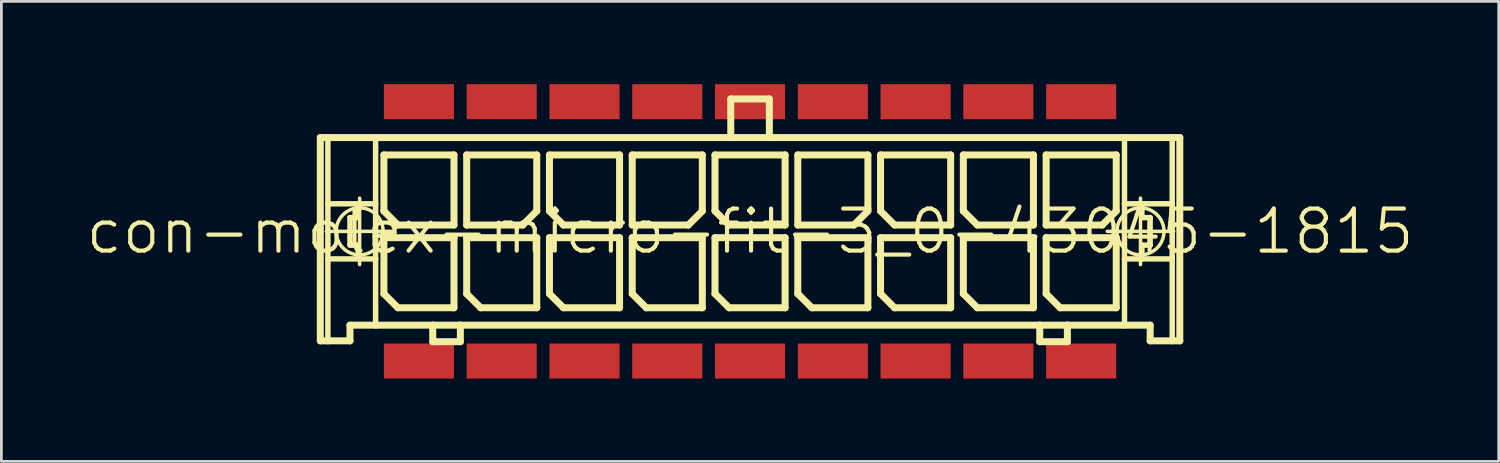
<source format=kicad_pcb>
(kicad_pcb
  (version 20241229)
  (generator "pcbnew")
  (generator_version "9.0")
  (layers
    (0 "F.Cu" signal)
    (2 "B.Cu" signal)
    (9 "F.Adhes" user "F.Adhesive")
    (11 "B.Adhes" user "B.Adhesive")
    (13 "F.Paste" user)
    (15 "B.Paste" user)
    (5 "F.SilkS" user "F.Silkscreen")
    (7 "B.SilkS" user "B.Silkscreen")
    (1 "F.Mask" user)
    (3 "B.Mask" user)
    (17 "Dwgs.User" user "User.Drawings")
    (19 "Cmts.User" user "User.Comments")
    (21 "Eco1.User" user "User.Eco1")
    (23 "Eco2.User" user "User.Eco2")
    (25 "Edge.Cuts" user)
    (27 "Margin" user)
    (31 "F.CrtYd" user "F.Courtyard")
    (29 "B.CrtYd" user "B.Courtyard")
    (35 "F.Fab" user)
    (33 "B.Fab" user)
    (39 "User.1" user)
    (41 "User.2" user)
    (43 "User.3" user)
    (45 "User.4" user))
  (footprint "con-molex-micro-fit-3_0-43045-1815"
    (layer "F.Cu")
    (at 24.13 5.334)
    (property "Reference" "con-molex-micro-fit-3_0-43045-1815" (at 0 0 0) (layer "F.SilkS") (effects (font (size 1.524 1.524) (thickness 0.15))))
    (attr smd)
    (fp_line (start -15.573 -3.399) (end -15.298 -3.399) (stroke (width 0.254) (type solid)) (layer "F.SilkS"))
    (fp_line (start -15.573 3.967) (end -15.573 -3.399) (stroke (width 0.254) (type solid)) (layer "F.SilkS"))
    (fp_line (start -15.354 0) (end -12.944 0) (stroke (width 0.127) (type solid)) (layer "F.SilkS"))
    (fp_line (start -15.298 -3.399) (end -13.569 -3.399) (stroke (width 0.254) (type solid)) (layer "F.SilkS"))
    (fp_line (start -15.298 -0.998) (end -15.298 -3.399) (stroke (width 0.198) (type solid)) (layer "F.SilkS"))
    (fp_line (start -15.298 0.998) (end -15.298 -0.998) (stroke (width 0.198) (type solid)) (layer "F.SilkS"))
    (fp_line (start -15.298 3.967) (end -15.573 3.967) (stroke (width 0.254) (type solid)) (layer "F.SilkS"))
    (fp_line (start -15.298 3.967) (end -15.298 0.998) (stroke (width 0.198) (type solid)) (layer "F.SilkS"))
    (fp_line (start -14.498 -0.498) (end -14.498 0.498) (stroke (width 0.198) (type solid)) (layer "F.SilkS"))
    (fp_line (start -14.498 0.498) (end -14.199 0.498) (stroke (width 0.198) (type solid)) (layer "F.SilkS"))
    (fp_line (start -14.498 3.399) (end -14.498 3.967) (stroke (width 0.254) (type solid)) (layer "F.SilkS"))
    (fp_line (start -14.498 3.967) (end -15.298 3.967) (stroke (width 0.254) (type solid)) (layer "F.SilkS"))
    (fp_line (start -14.199 -0.998) (end -15.298 -0.998) (stroke (width 0.198) (type solid)) (layer "F.SilkS"))
    (fp_line (start -14.199 -0.998) (end -14.199 -0.498) (stroke (width 0.198) (type solid)) (layer "F.SilkS"))
    (fp_line (start -14.199 -0.498) (end -14.498 -0.498) (stroke (width 0.198) (type solid)) (layer "F.SilkS"))
    (fp_line (start -14.199 0.498) (end -14.199 0.998) (stroke (width 0.198) (type solid)) (layer "F.SilkS"))
    (fp_line (start -14.199 0.998) (end -15.298 0.998) (stroke (width 0.198) (type solid)) (layer "F.SilkS"))
    (fp_line (start -14.148 1.204) (end -14.148 -1.204) (stroke (width 0.127) (type solid)) (layer "F.SilkS"))
    (fp_line (start -13.569 -3.399) (end -0.699 -3.399) (stroke (width 0.254) (type solid)) (layer "F.SilkS"))
    (fp_line (start -13.569 -0.998) (end -14.199 -0.998) (stroke (width 0.198) (type solid)) (layer "F.SilkS"))
    (fp_line (start -13.569 -0.998) (end -13.569 -3.399) (stroke (width 0.198) (type solid)) (layer "F.SilkS"))
    (fp_line (start -13.569 0.998) (end -14.199 0.998) (stroke (width 0.198) (type solid)) (layer "F.SilkS"))
    (fp_line (start -13.569 0.998) (end -13.569 -0.998) (stroke (width 0.198) (type solid)) (layer "F.SilkS"))
    (fp_line (start -13.569 3.399) (end -14.498 3.399) (stroke (width 0.254) (type solid)) (layer "F.SilkS"))
    (fp_line (start -13.569 3.399) (end -13.569 0.998) (stroke (width 0.198) (type solid)) (layer "F.SilkS"))
    (fp_line (start -13.269 -2.769) (end -10.729 -2.769) (stroke (width 0.254) (type solid)) (layer "F.SilkS"))
    (fp_line (start -13.269 -0.737) (end -13.269 -2.769) (stroke (width 0.254) (type solid)) (layer "F.SilkS"))
    (fp_line (start -13.269 0.229) (end -10.729 0.229) (stroke (width 0.254) (type solid)) (layer "F.SilkS"))
    (fp_line (start -13.269 2.261) (end -13.269 0.229) (stroke (width 0.254) (type solid)) (layer "F.SilkS"))
    (fp_line (start -12.761 -0.229) (end -13.269 -0.737) (stroke (width 0.254) (type solid)) (layer "F.SilkS"))
    (fp_line (start -12.761 2.769) (end -13.269 2.261) (stroke (width 0.254) (type solid)) (layer "F.SilkS"))
    (fp_line (start -11.499 3.399) (end -13.569 3.399) (stroke (width 0.254) (type solid)) (layer "F.SilkS"))
    (fp_line (start -11.499 3.399) (end -11.499 3.998) (stroke (width 0.254) (type solid)) (layer "F.SilkS"))
    (fp_line (start -11.499 3.998) (end -10.498 3.998) (stroke (width 0.254) (type solid)) (layer "F.SilkS"))
    (fp_line (start -10.729 -2.769) (end -10.729 -0.229) (stroke (width 0.254) (type solid)) (layer "F.SilkS"))
    (fp_line (start -10.729 -0.229) (end -12.761 -0.229) (stroke (width 0.254) (type solid)) (layer "F.SilkS"))
    (fp_line (start -10.729 0.229) (end -10.729 2.769) (stroke (width 0.254) (type solid)) (layer "F.SilkS"))
    (fp_line (start -10.729 2.769) (end -12.761 2.769) (stroke (width 0.254) (type solid)) (layer "F.SilkS"))
    (fp_line (start -10.498 3.399) (end -11.499 3.399) (stroke (width 0.254) (type solid)) (layer "F.SilkS"))
    (fp_line (start -10.498 3.998) (end -10.498 3.399) (stroke (width 0.254) (type solid)) (layer "F.SilkS"))
    (fp_line (start -10.269 -2.769) (end -10.269 -0.229) (stroke (width 0.254) (type solid)) (layer "F.SilkS"))
    (fp_line (start -10.269 -0.229) (end -8.237 -0.229) (stroke (width 0.254) (type solid)) (layer "F.SilkS"))
    (fp_line (start -10.269 0.229) (end -7.729 0.229) (stroke (width 0.254) (type solid)) (layer "F.SilkS"))
    (fp_line (start -10.269 2.261) (end -10.269 0.229) (stroke (width 0.254) (type solid)) (layer "F.SilkS"))
    (fp_line (start -9.761 2.769) (end -10.269 2.261) (stroke (width 0.254) (type solid)) (layer "F.SilkS"))
    (fp_line (start -8.237 -0.229) (end -7.729 -0.737) (stroke (width 0.254) (type solid)) (layer "F.SilkS"))
    (fp_line (start -7.729 -2.769) (end -10.269 -2.769) (stroke (width 0.254) (type solid)) (layer "F.SilkS"))
    (fp_line (start -7.729 -0.737) (end -7.729 -2.769) (stroke (width 0.254) (type solid)) (layer "F.SilkS"))
    (fp_line (start -7.729 0.229) (end -7.729 2.769) (stroke (width 0.254) (type solid)) (layer "F.SilkS"))
    (fp_line (start -7.729 2.769) (end -9.761 2.769) (stroke (width 0.254) (type solid)) (layer "F.SilkS"))
    (fp_line (start -7.269 -2.769) (end -4.729 -2.769) (stroke (width 0.254) (type solid)) (layer "F.SilkS"))
    (fp_line (start -7.269 -0.737) (end -7.269 -2.769) (stroke (width 0.254) (type solid)) (layer "F.SilkS"))
    (fp_line (start -7.269 0.229) (end -4.729 0.229) (stroke (width 0.254) (type solid)) (layer "F.SilkS"))
    (fp_line (start -7.269 2.261) (end -7.269 0.229) (stroke (width 0.254) (type solid)) (layer "F.SilkS"))
    (fp_line (start -6.761 -0.229) (end -7.269 -0.737) (stroke (width 0.254) (type solid)) (layer "F.SilkS"))
    (fp_line (start -6.761 2.769) (end -7.269 2.261) (stroke (width 0.254) (type solid)) (layer "F.SilkS"))
    (fp_line (start -4.729 -2.769) (end -4.729 -0.229) (stroke (width 0.254) (type solid)) (layer "F.SilkS"))
    (fp_line (start -4.729 -0.229) (end -6.761 -0.229) (stroke (width 0.254) (type solid)) (layer "F.SilkS"))
    (fp_line (start -4.729 0.229) (end -4.729 2.769) (stroke (width 0.254) (type solid)) (layer "F.SilkS"))
    (fp_line (start -4.729 2.769) (end -6.761 2.769) (stroke (width 0.254) (type solid)) (layer "F.SilkS"))
    (fp_line (start -4.27 -2.769) (end -4.27 -0.229) (stroke (width 0.254) (type solid)) (layer "F.SilkS"))
    (fp_line (start -4.27 -0.229) (end -2.238 -0.229) (stroke (width 0.254) (type solid)) (layer "F.SilkS"))
    (fp_line (start -4.27 0.229) (end -1.73 0.229) (stroke (width 0.254) (type solid)) (layer "F.SilkS"))
    (fp_line (start -4.27 2.261) (end -4.27 0.229) (stroke (width 0.254) (type solid)) (layer "F.SilkS"))
    (fp_line (start -3.762 2.769) (end -4.27 2.261) (stroke (width 0.254) (type solid)) (layer "F.SilkS"))
    (fp_line (start -2.238 -0.229) (end -1.73 -0.737) (stroke (width 0.254) (type solid)) (layer "F.SilkS"))
    (fp_line (start -1.73 -2.769) (end -4.27 -2.769) (stroke (width 0.254) (type solid)) (layer "F.SilkS"))
    (fp_line (start -1.73 -0.737) (end -1.73 -2.769) (stroke (width 0.254) (type solid)) (layer "F.SilkS"))
    (fp_line (start -1.73 0.229) (end -1.73 2.769) (stroke (width 0.254) (type solid)) (layer "F.SilkS"))
    (fp_line (start -1.73 2.769) (end -3.762 2.769) (stroke (width 0.254) (type solid)) (layer "F.SilkS"))
    (fp_line (start -1.27 -2.769) (end 1.27 -2.769) (stroke (width 0.254) (type solid)) (layer "F.SilkS"))
    (fp_line (start -1.27 -0.737) (end -1.27 -2.769) (stroke (width 0.254) (type solid)) (layer "F.SilkS"))
    (fp_line (start -1.27 0.229) (end 1.27 0.229) (stroke (width 0.254) (type solid)) (layer "F.SilkS"))
    (fp_line (start -1.27 2.261) (end -1.27 0.229) (stroke (width 0.254) (type solid)) (layer "F.SilkS"))
    (fp_line (start -0.762 -0.229) (end -1.27 -0.737) (stroke (width 0.254) (type solid)) (layer "F.SilkS"))
    (fp_line (start -0.762 2.769) (end -1.27 2.261) (stroke (width 0.254) (type solid)) (layer "F.SilkS"))
    (fp_line (start -0.699 -4.798) (end -0.699 -3.399) (stroke (width 0.254) (type solid)) (layer "F.SilkS"))
    (fp_line (start -0.699 -4.798) (end 0.699 -4.798) (stroke (width 0.254) (type solid)) (layer "F.SilkS"))
    (fp_line (start -0.699 -3.399) (end 0.699 -3.399) (stroke (width 0.254) (type solid)) (layer "F.SilkS"))
    (fp_line (start 0.699 -4.798) (end 0.699 -3.399) (stroke (width 0.254) (type solid)) (layer "F.SilkS"))
    (fp_line (start 0.699 -3.399) (end 13.569 -3.399) (stroke (width 0.254) (type solid)) (layer "F.SilkS"))
    (fp_line (start 1.27 -2.769) (end 1.27 -0.229) (stroke (width 0.254) (type solid)) (layer "F.SilkS"))
    (fp_line (start 1.27 -0.229) (end -0.762 -0.229) (stroke (width 0.254) (type solid)) (layer "F.SilkS"))
    (fp_line (start 1.27 0.229) (end 1.27 2.769) (stroke (width 0.254) (type solid)) (layer "F.SilkS"))
    (fp_line (start 1.27 2.769) (end -0.762 2.769) (stroke (width 0.254) (type solid)) (layer "F.SilkS"))
    (fp_line (start 1.73 -2.769) (end 1.73 -0.229) (stroke (width 0.254) (type solid)) (layer "F.SilkS"))
    (fp_line (start 1.73 -0.229) (end 3.762 -0.229) (stroke (width 0.254) (type solid)) (layer "F.SilkS"))
    (fp_line (start 1.73 0.229) (end 4.27 0.229) (stroke (width 0.254) (type solid)) (layer "F.SilkS"))
    (fp_line (start 1.73 2.261) (end 1.73 0.229) (stroke (width 0.254) (type solid)) (layer "F.SilkS"))
    (fp_line (start 2.238 2.769) (end 1.73 2.261) (stroke (width 0.254) (type solid)) (layer "F.SilkS"))
    (fp_line (start 3.762 -0.229) (end 4.27 -0.737) (stroke (width 0.254) (type solid)) (layer "F.SilkS"))
    (fp_line (start 4.27 -2.769) (end 1.73 -2.769) (stroke (width 0.254) (type solid)) (layer "F.SilkS"))
    (fp_line (start 4.27 -0.737) (end 4.27 -2.769) (stroke (width 0.254) (type solid)) (layer "F.SilkS"))
    (fp_line (start 4.27 0.229) (end 4.27 2.769) (stroke (width 0.254) (type solid)) (layer "F.SilkS"))
    (fp_line (start 4.27 2.769) (end 2.238 2.769) (stroke (width 0.254) (type solid)) (layer "F.SilkS"))
    (fp_line (start 4.729 -2.769) (end 7.269 -2.769) (stroke (width 0.254) (type solid)) (layer "F.SilkS"))
    (fp_line (start 4.729 -0.737) (end 4.729 -2.769) (stroke (width 0.254) (type solid)) (layer "F.SilkS"))
    (fp_line (start 4.729 0.229) (end 7.269 0.229) (stroke (width 0.254) (type solid)) (layer "F.SilkS"))
    (fp_line (start 4.729 2.261) (end 4.729 0.229) (stroke (width 0.254) (type solid)) (layer "F.SilkS"))
    (fp_line (start 5.237 -0.229) (end 4.729 -0.737) (stroke (width 0.254) (type solid)) (layer "F.SilkS"))
    (fp_line (start 5.237 2.769) (end 4.729 2.261) (stroke (width 0.254) (type solid)) (layer "F.SilkS"))
    (fp_line (start 7.269 -2.769) (end 7.269 -0.229) (stroke (width 0.254) (type solid)) (layer "F.SilkS"))
    (fp_line (start 7.269 -0.229) (end 5.237 -0.229) (stroke (width 0.254) (type solid)) (layer "F.SilkS"))
    (fp_line (start 7.269 0.229) (end 7.269 2.769) (stroke (width 0.254) (type solid)) (layer "F.SilkS"))
    (fp_line (start 7.269 2.769) (end 5.237 2.769) (stroke (width 0.254) (type solid)) (layer "F.SilkS"))
    (fp_line (start 7.729 -2.769) (end 10.269 -2.769) (stroke (width 0.254) (type solid)) (layer "F.SilkS"))
    (fp_line (start 7.729 -0.737) (end 7.729 -2.769) (stroke (width 0.254) (type solid)) (layer "F.SilkS"))
    (fp_line (start 7.729 0.229) (end 10.269 0.229) (stroke (width 0.254) (type solid)) (layer "F.SilkS"))
    (fp_line (start 7.729 2.261) (end 7.729 0.229) (stroke (width 0.254) (type solid)) (layer "F.SilkS"))
    (fp_line (start 8.237 -0.229) (end 7.729 -0.737) (stroke (width 0.254) (type solid)) (layer "F.SilkS"))
    (fp_line (start 8.237 2.769) (end 7.729 2.261) (stroke (width 0.254) (type solid)) (layer "F.SilkS"))
    (fp_line (start 10.269 -2.769) (end 10.269 -0.229) (stroke (width 0.254) (type solid)) (layer "F.SilkS"))
    (fp_line (start 10.269 -0.229) (end 8.237 -0.229) (stroke (width 0.254) (type solid)) (layer "F.SilkS"))
    (fp_line (start 10.269 0.229) (end 10.269 2.769) (stroke (width 0.254) (type solid)) (layer "F.SilkS"))
    (fp_line (start 10.269 2.769) (end 8.237 2.769) (stroke (width 0.254) (type solid)) (layer "F.SilkS"))
    (fp_line (start 10.498 3.399) (end -10.498 3.399) (stroke (width 0.254) (type solid)) (layer "F.SilkS"))
    (fp_line (start 10.498 3.399) (end 10.498 3.998) (stroke (width 0.254) (type solid)) (layer "F.SilkS"))
    (fp_line (start 10.498 3.998) (end 11.499 3.998) (stroke (width 0.254) (type solid)) (layer "F.SilkS"))
    (fp_line (start 10.729 -2.769) (end 10.729 -0.229) (stroke (width 0.254) (type solid)) (layer "F.SilkS"))
    (fp_line (start 10.729 -0.229) (end 12.761 -0.229) (stroke (width 0.254) (type solid)) (layer "F.SilkS"))
    (fp_line (start 10.729 0.229) (end 13.269 0.229) (stroke (width 0.254) (type solid)) (layer "F.SilkS"))
    (fp_line (start 10.729 2.261) (end 10.729 0.229) (stroke (width 0.254) (type solid)) (layer "F.SilkS"))
    (fp_line (start 11.237 2.769) (end 10.729 2.261) (stroke (width 0.254) (type solid)) (layer "F.SilkS"))
    (fp_line (start 11.499 3.399) (end 10.498 3.399) (stroke (width 0.254) (type solid)) (layer "F.SilkS"))
    (fp_line (start 11.499 3.998) (end 11.499 3.399) (stroke (width 0.254) (type solid)) (layer "F.SilkS"))
    (fp_line (start 12.761 -0.229) (end 13.269 -0.737) (stroke (width 0.254) (type solid)) (layer "F.SilkS"))
    (fp_line (start 12.944 0) (end 15.354 0) (stroke (width 0.127) (type solid)) (layer "F.SilkS"))
    (fp_line (start 13.269 -2.769) (end 10.729 -2.769) (stroke (width 0.254) (type solid)) (layer "F.SilkS"))
    (fp_line (start 13.269 -0.737) (end 13.269 -2.769) (stroke (width 0.254) (type solid)) (layer "F.SilkS"))
    (fp_line (start 13.269 0.229) (end 13.269 2.769) (stroke (width 0.254) (type solid)) (layer "F.SilkS"))
    (fp_line (start 13.269 2.769) (end 11.237 2.769) (stroke (width 0.254) (type solid)) (layer "F.SilkS"))
    (fp_line (start 13.569 -3.399) (end 13.569 -0.998) (stroke (width 0.198) (type solid)) (layer "F.SilkS"))
    (fp_line (start 13.569 -3.399) (end 15.298 -3.399) (stroke (width 0.254) (type solid)) (layer "F.SilkS"))
    (fp_line (start 13.569 -0.998) (end 13.569 0.998) (stroke (width 0.198) (type solid)) (layer "F.SilkS"))
    (fp_line (start 13.569 -0.998) (end 14.199 -0.998) (stroke (width 0.198) (type solid)) (layer "F.SilkS"))
    (fp_line (start 13.569 0.998) (end 13.569 3.399) (stroke (width 0.198) (type solid)) (layer "F.SilkS"))
    (fp_line (start 13.569 0.998) (end 14.199 0.998) (stroke (width 0.198) (type solid)) (layer "F.SilkS"))
    (fp_line (start 13.569 3.399) (end 11.499 3.399) (stroke (width 0.254) (type solid)) (layer "F.SilkS"))
    (fp_line (start 14.148 1.204) (end 14.148 -1.204) (stroke (width 0.127) (type solid)) (layer "F.SilkS"))
    (fp_line (start 14.199 -0.998) (end 14.199 -0.498) (stroke (width 0.198) (type solid)) (layer "F.SilkS"))
    (fp_line (start 14.199 -0.998) (end 15.298 -0.998) (stroke (width 0.198) (type solid)) (layer "F.SilkS"))
    (fp_line (start 14.199 -0.498) (end 14.498 -0.498) (stroke (width 0.198) (type solid)) (layer "F.SilkS"))
    (fp_line (start 14.199 0.498) (end 14.199 0.998) (stroke (width 0.198) (type solid)) (layer "F.SilkS"))
    (fp_line (start 14.199 0.998) (end 15.298 0.998) (stroke (width 0.198) (type solid)) (layer "F.SilkS"))
    (fp_line (start 14.498 -0.498) (end 14.498 0.498) (stroke (width 0.198) (type solid)) (layer "F.SilkS"))
    (fp_line (start 14.498 0.498) (end 14.199 0.498) (stroke (width 0.198) (type solid)) (layer "F.SilkS"))
    (fp_line (start 14.498 3.399) (end 13.569 3.399) (stroke (width 0.254) (type solid)) (layer "F.SilkS"))
    (fp_line (start 14.498 3.967) (end 14.498 3.399) (stroke (width 0.254) (type solid)) (layer "F.SilkS"))
    (fp_line (start 14.498 3.967) (end 15.298 3.967) (stroke (width 0.254) (type solid)) (layer "F.SilkS"))
    (fp_line (start 15.298 -3.399) (end 15.573 -3.399) (stroke (width 0.254) (type solid)) (layer "F.SilkS"))
    (fp_line (start 15.298 -0.998) (end 15.298 -3.399) (stroke (width 0.198) (type solid)) (layer "F.SilkS"))
    (fp_line (start 15.298 0.998) (end 15.298 -0.998) (stroke (width 0.198) (type solid)) (layer "F.SilkS"))
    (fp_line (start 15.298 3.967) (end 15.298 0.998) (stroke (width 0.198) (type solid)) (layer "F.SilkS"))
    (fp_line (start 15.298 3.967) (end 15.573 3.967) (stroke (width 0.254) (type solid)) (layer "F.SilkS"))
    (fp_line (start 15.573 -3.399) (end 15.573 3.967) (stroke (width 0.254) (type solid)) (layer "F.SilkS"))
    (fp_circle (center -14.148 0) (end -14.75 0.602) (stroke (width 0.127) (type solid)) (fill no) (layer "F.SilkS"))
    (fp_circle (center 14.148 0) (end 14.75 0.602) (stroke (width 0.127) (type solid)) (fill no) (layer "F.SilkS"))
    (pad "P$1" smd rect (at 11.999 4.699) (size 2.54 1.27) (layers "F.Cu" "F.Mask" "F.Paste"))
    (pad "P$2" smd rect (at 8.999 4.699) (size 2.54 1.27) (layers "F.Cu" "F.Mask" "F.Paste"))
    (pad "P$3" smd rect (at 5.999 4.699) (size 2.54 1.27) (layers "F.Cu" "F.Mask" "F.Paste"))
    (pad "P$4" smd rect (at 3 4.699) (size 2.54 1.27) (layers "F.Cu" "F.Mask" "F.Paste"))
    (pad "P$5" smd rect (at 0 4.699) (size 2.54 1.27) (layers "F.Cu" "F.Mask" "F.Paste"))
    (pad "P$6" smd rect (at -3 4.699) (size 2.54 1.27) (layers "F.Cu" "F.Mask" "F.Paste"))
    (pad "P$7" smd rect (at -5.999 4.699) (size 2.54 1.27) (layers "F.Cu" "F.Mask" "F.Paste"))
    (pad "P$8" smd rect (at -8.999 4.699) (size 2.54 1.27) (layers "F.Cu" "F.Mask" "F.Paste"))
    (pad "P$9" smd rect (at -11.999 4.699) (size 2.54 1.27) (layers "F.Cu" "F.Mask" "F.Paste"))
    (pad "P$10" smd rect (at 11.999 -4.699) (size 2.54 1.27) (layers "F.Cu" "F.Mask" "F.Paste"))
    (pad "P$11" smd rect (at 8.999 -4.699) (size 2.54 1.27) (layers "F.Cu" "F.Mask" "F.Paste"))
    (pad "P$12" smd rect (at 5.999 -4.699) (size 2.54 1.27) (layers "F.Cu" "F.Mask" "F.Paste"))
    (pad "P$13" smd rect (at 3 -4.699) (size 2.54 1.27) (layers "F.Cu" "F.Mask" "F.Paste"))
    (pad "P$14" smd rect (at 0 -4.699) (size 2.54 1.27) (layers "F.Cu" "F.Mask" "F.Paste"))
    (pad "P$15" smd rect (at -3 -4.699) (size 2.54 1.27) (layers "F.Cu" "F.Mask" "F.Paste"))
    (pad "P$16" smd rect (at -5.999 -4.699) (size 2.54 1.27) (layers "F.Cu" "F.Mask" "F.Paste"))
    (pad "P$17" smd rect (at -8.999 -4.699) (size 2.54 1.27) (layers "F.Cu" "F.Mask" "F.Paste"))
    (pad "P$18" smd rect (at -11.999 -4.699) (size 2.54 1.27) (layers "F.Cu" "F.Mask" "F.Paste")))
  (gr_rect
    (start -3 -3)
    (end 51.26 13.668)
    (stroke (width 0.1) (type default))
    (fill no)
    (layer "Edge.Cuts")))
</source>
